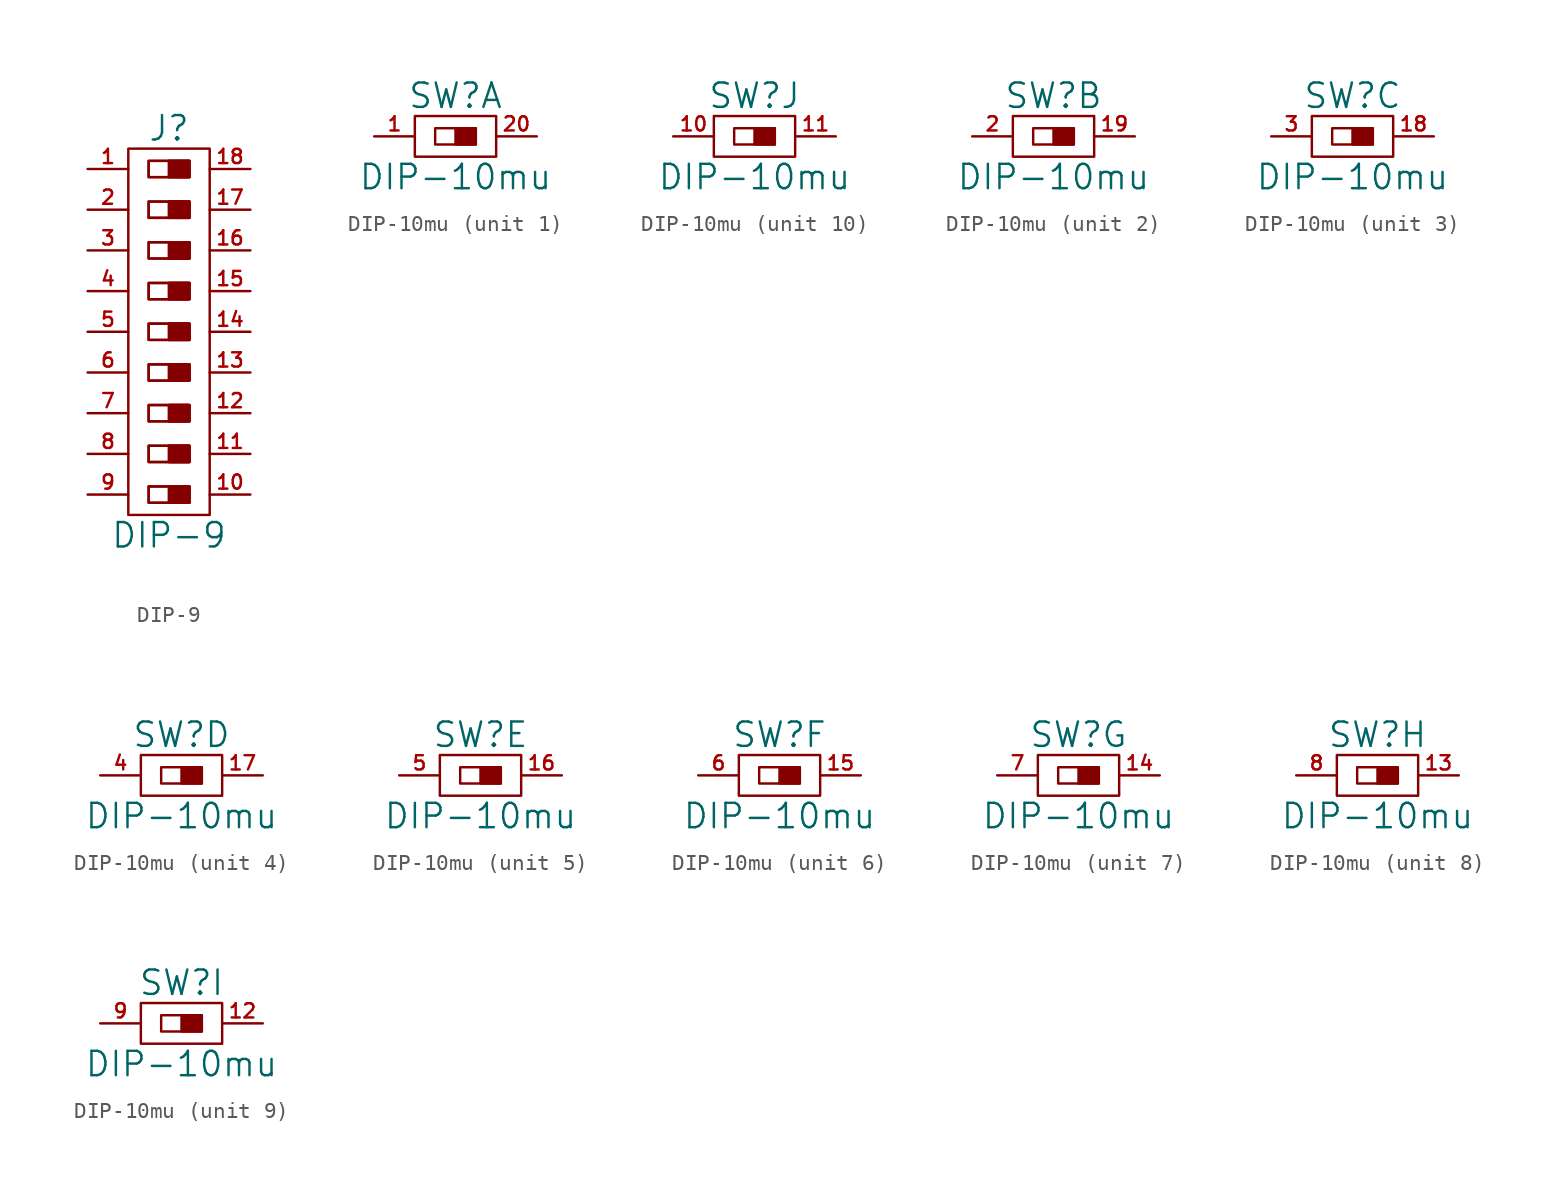
<source format=kicad_sym>
(kicad_symbol_lib
  (version 20220914)
  (generator kicad_symbol_editor)
  (symbol "DIP-9"
    (pin_names
      (offset 0))
    (property "Reference" "J"
      (at 0 12.7 0)
      (effects (font (size 1.524 1.524))))
    (property "Value" "DIP-9"
      (at 0 -12.7 0)
      (effects (font (size 1.524 1.524))))
    (property "Footprint" ""
      (at 0 6.35 0)
      (effects (font (size 1.524 1.524))))
    (property "Datasheet" ""
      (at 0 0 0)
      (effects (font (size 1.524 1.524))))
    (symbol "DIP-9_0_1"
      (rectangle (start -1.27 -9.652) (end 1.27 -10.668) (stroke (width 0) (type solid)) (fill (type none)))
      (rectangle (start -1.27 -9.652) (end 1.27 -10.668) (stroke (width 0) (type solid)) (fill (type none)))
      (rectangle (start -1.27 -7.112) (end 1.27 -8.128) (stroke (width 0) (type solid)) (fill (type none)))
      (rectangle (start -1.27 -7.112) (end 1.27 -8.128) (stroke (width 0) (type solid)) (fill (type none)))
      (rectangle (start -1.27 -4.572) (end 1.27 -5.588) (stroke (width 0) (type solid)) (fill (type none)))
      (rectangle (start -1.27 -4.572) (end 1.27 -5.588) (stroke (width 0) (type solid)) (fill (type none)))
      (rectangle (start -1.27 -2.032) (end 1.27 -3.048) (stroke (width 0) (type solid)) (fill (type none)))
      (rectangle (start -1.27 -2.032) (end 1.27 -3.048) (stroke (width 0) (type solid)) (fill (type none)))
      (rectangle (start -1.27 0.508) (end 1.27 -0.508) (stroke (width 0) (type solid)) (fill (type none)))
      (rectangle (start -1.27 0.508) (end 1.27 -0.508) (stroke (width 0) (type solid)) (fill (type none)))
      (rectangle (start -1.27 3.048) (end 1.27 2.032) (stroke (width 0) (type solid)) (fill (type none)))
      (rectangle (start -1.27 3.048) (end 1.27 2.032) (stroke (width 0) (type solid)) (fill (type none)))
      (rectangle (start -1.27 5.588) (end 1.27 4.572) (stroke (width 0) (type solid)) (fill (type none)))
      (rectangle (start -1.27 5.588) (end 1.27 4.572) (stroke (width 0) (type solid)) (fill (type none)))
      (rectangle (start -1.27 8.128) (end 1.27 7.112) (stroke (width 0) (type solid)) (fill (type none)))
      (rectangle (start -1.27 8.128) (end 1.27 7.112) (stroke (width 0) (type solid)) (fill (type none)))
      (rectangle (start -1.27 10.668) (end 1.27 9.652) (stroke (width 0) (type solid)) (fill (type none)))
      (rectangle (start -1.27 10.668) (end 1.27 9.652) (stroke (width 0) (type solid)) (fill (type none)))
      (rectangle (start 0 -9.652) (end 1.27 -10.668) (stroke (width 0) (type solid)) (fill (type outline)))
      (rectangle (start 0 -9.652) (end 1.27 -10.668) (stroke (width 0) (type solid)) (fill (type outline)))
      (rectangle (start 0 -7.112) (end 1.27 -8.128) (stroke (width 0) (type solid)) (fill (type outline)))
      (rectangle (start 0 -7.112) (end 1.27 -8.128) (stroke (width 0) (type solid)) (fill (type outline)))
      (rectangle (start 0 -4.572) (end 1.27 -5.588) (stroke (width 0) (type solid)) (fill (type outline)))
      (rectangle (start 0 -4.572) (end 1.27 -5.588) (stroke (width 0) (type solid)) (fill (type outline)))
      (rectangle (start 0 -2.032) (end 1.27 -3.048) (stroke (width 0) (type solid)) (fill (type outline)))
      (rectangle (start 0 -2.032) (end 1.27 -3.048) (stroke (width 0) (type solid)) (fill (type outline)))
      (rectangle (start 0 0.508) (end 1.27 -0.508) (stroke (width 0) (type solid)) (fill (type outline)))
      (rectangle (start 0 0.508) (end 1.27 -0.508) (stroke (width 0) (type solid)) (fill (type outline)))
      (rectangle (start 0 3.048) (end 1.27 2.032) (stroke (width 0) (type solid)) (fill (type outline)))
      (rectangle (start 0 3.048) (end 1.27 2.032) (stroke (width 0) (type solid)) (fill (type outline)))
      (rectangle (start 0 5.588) (end 1.27 4.572) (stroke (width 0) (type solid)) (fill (type outline)))
      (rectangle (start 0 5.588) (end 1.27 4.572) (stroke (width 0) (type solid)) (fill (type outline)))
      (rectangle (start 0 8.128) (end 1.27 7.112) (stroke (width 0) (type solid)) (fill (type outline)))
      (rectangle (start 0 8.128) (end 1.27 7.112) (stroke (width 0) (type solid)) (fill (type outline)))
      (rectangle (start 0 10.668) (end 1.27 9.652) (stroke (width 0) (type solid)) (fill (type outline)))
      (rectangle (start 0 10.668) (end 1.27 9.652) (stroke (width 0) (type solid)) (fill (type outline)))
      (rectangle (start 2.54 11.43) (end -2.54 -11.43) (stroke (width 0) (type solid)) (fill (type none))))
    (symbol "DIP-9_1_1"
      (pin passive line (at -5.08 10.16 0) (length 2.54) (name "~" (effects (font (size 1.27 1.27)))) (number "1" (effects (font (size 0.889 0.889)))))
      (pin passive line (at 5.08 -10.16 180) (length 2.54) (name "~" (effects (font (size 1.27 1.27)))) (number "10" (effects (font (size 0.889 0.889)))))
      (pin passive line (at 5.08 -7.62 180) (length 2.54) (name "~" (effects (font (size 1.27 1.27)))) (number "11" (effects (font (size 0.889 0.889)))))
      (pin passive line (at 5.08 -5.08 180) (length 2.54) (name "~" (effects (font (size 1.27 1.27)))) (number "12" (effects (font (size 0.889 0.889)))))
      (pin passive line (at 5.08 -2.54 180) (length 2.54) (name "~" (effects (font (size 1.27 1.27)))) (number "13" (effects (font (size 0.889 0.889)))))
      (pin passive line (at 5.08 0 180) (length 2.54) (name "~" (effects (font (size 1.27 1.27)))) (number "14" (effects (font (size 0.889 0.889)))))
      (pin passive line (at 5.08 2.54 180) (length 2.54) (name "~" (effects (font (size 1.27 1.27)))) (number "15" (effects (font (size 0.889 0.889)))))
      (pin passive line (at 5.08 5.08 180) (length 2.54) (name "~" (effects (font (size 1.27 1.27)))) (number "16" (effects (font (size 0.889 0.889)))))
      (pin passive line (at 5.08 7.62 180) (length 2.54) (name "~" (effects (font (size 1.27 1.27)))) (number "17" (effects (font (size 0.889 0.889)))))
      (pin passive line (at 5.08 10.16 180) (length 2.54) (name "~" (effects (font (size 1.27 1.27)))) (number "18" (effects (font (size 0.889 0.889)))))
      (pin passive line (at -5.08 7.62 0) (length 2.54) (name "~" (effects (font (size 1.27 1.27)))) (number "2" (effects (font (size 0.889 0.889)))))
      (pin passive line (at -5.08 5.08 0) (length 2.54) (name "~" (effects (font (size 1.27 1.27)))) (number "3" (effects (font (size 0.889 0.889)))))
      (pin passive line (at -5.08 2.54 0) (length 2.54) (name "~" (effects (font (size 1.27 1.27)))) (number "4" (effects (font (size 0.889 0.889)))))
      (pin passive line (at -5.08 0 0) (length 2.54) (name "~" (effects (font (size 1.27 1.27)))) (number "5" (effects (font (size 0.889 0.889)))))
      (pin passive line (at -5.08 -2.54 0) (length 2.54) (name "~" (effects (font (size 1.27 1.27)))) (number "6" (effects (font (size 0.889 0.889)))))
      (pin passive line (at -5.08 -5.08 0) (length 2.54) (name "~" (effects (font (size 1.27 1.27)))) (number "7" (effects (font (size 0.889 0.889)))))
      (pin passive line (at -5.08 -7.62 0) (length 2.54) (name "~" (effects (font (size 1.27 1.27)))) (number "8" (effects (font (size 0.889 0.889)))))
      (pin passive line (at -5.08 -10.16 0) (length 2.54) (name "~" (effects (font (size 1.27 1.27)))) (number "9" (effects (font (size 0.889 0.889)))))))
  (symbol "DIP-10mu"
    (pin_names
      (offset 0))
    (property "Reference" "SW"
      (at 0 2.54 0)
      (effects (font (size 1.524 1.524))))
    (property "Value" "DIP-10mu"
      (at 0 -2.54 0)
      (effects (font (size 1.524 1.524))))
    (property "Footprint" ""
      (at 0 -1.27 0)
      (effects (font (size 1.524 1.524))))
    (property "Datasheet" ""
      (at 0 0 0)
      (effects (font (size 1.524 1.524))))
    (property "ki_locked" ""
      (at 0 0 0)
      (effects (font (size 1.27 1.27))))
    (symbol "DIP-10mu_0_1"
      (rectangle (start -1.27 0.508) (end 1.27 -0.508) (stroke (width 0) (type solid)) (fill (type none)))
      (rectangle (start 0 0.508) (end 1.27 -0.508) (stroke (width 0) (type solid)) (fill (type outline)))
      (rectangle (start 2.54 1.27) (end -2.54 -1.27) (stroke (width 0) (type solid)) (fill (type none))))
    (symbol "DIP-10mu_1_1"
      (pin passive line (at -5.08 0 0) (length 2.54) (name "~" (effects (font (size 1.27 1.27)))) (number "1" (effects (font (size 0.889 0.889)))))
      (pin passive line (at 5.08 0 180) (length 2.54) (name "~" (effects (font (size 1.27 1.27)))) (number "20" (effects (font (size 0.889 0.889))))))
    (symbol "DIP-10mu_2_1"
      (pin passive line (at 5.08 0 180) (length 2.54) (name "~" (effects (font (size 1.27 1.27)))) (number "19" (effects (font (size 0.889 0.889)))))
      (pin passive line (at -5.08 0 0) (length 2.54) (name "~" (effects (font (size 1.27 1.27)))) (number "2" (effects (font (size 0.889 0.889))))))
    (symbol "DIP-10mu_3_1"
      (pin passive line (at 5.08 0 180) (length 2.54) (name "~" (effects (font (size 1.27 1.27)))) (number "18" (effects (font (size 0.889 0.889)))))
      (pin passive line (at -5.08 0 0) (length 2.54) (name "~" (effects (font (size 1.27 1.27)))) (number "3" (effects (font (size 0.889 0.889))))))
    (symbol "DIP-10mu_4_1"
      (pin passive line (at 5.08 0 180) (length 2.54) (name "~" (effects (font (size 1.27 1.27)))) (number "17" (effects (font (size 0.889 0.889)))))
      (pin passive line (at -5.08 0 0) (length 2.54) (name "~" (effects (font (size 1.27 1.27)))) (number "4" (effects (font (size 0.889 0.889))))))
    (symbol "DIP-10mu_5_1"
      (pin passive line (at 5.08 0 180) (length 2.54) (name "~" (effects (font (size 1.27 1.27)))) (number "16" (effects (font (size 0.889 0.889)))))
      (pin passive line (at -5.08 0 0) (length 2.54) (name "~" (effects (font (size 1.27 1.27)))) (number "5" (effects (font (size 0.889 0.889))))))
    (symbol "DIP-10mu_6_1"
      (pin passive line (at 5.08 0 180) (length 2.54) (name "~" (effects (font (size 1.27 1.27)))) (number "15" (effects (font (size 0.889 0.889)))))
      (pin passive line (at -5.08 0 0) (length 2.54) (name "~" (effects (font (size 1.27 1.27)))) (number "6" (effects (font (size 0.889 0.889))))))
    (symbol "DIP-10mu_7_1"
      (pin passive line (at 5.08 0 180) (length 2.54) (name "~" (effects (font (size 1.27 1.27)))) (number "14" (effects (font (size 0.889 0.889)))))
      (pin passive line (at -5.08 0 0) (length 2.54) (name "~" (effects (font (size 1.27 1.27)))) (number "7" (effects (font (size 0.889 0.889))))))
    (symbol "DIP-10mu_8_1"
      (pin passive line (at 5.08 0 180) (length 2.54) (name "~" (effects (font (size 1.27 1.27)))) (number "13" (effects (font (size 0.889 0.889)))))
      (pin passive line (at -5.08 0 0) (length 2.54) (name "~" (effects (font (size 1.27 1.27)))) (number "8" (effects (font (size 0.889 0.889))))))
    (symbol "DIP-10mu_9_1"
      (pin passive line (at 5.08 0 180) (length 2.54) (name "~" (effects (font (size 1.27 1.27)))) (number "12" (effects (font (size 0.889 0.889)))))
      (pin passive line (at -5.08 0 0) (length 2.54) (name "~" (effects (font (size 1.27 1.27)))) (number "9" (effects (font (size 0.889 0.889))))))
    (symbol "DIP-10mu_10_1"
      (pin passive line (at -5.08 0 0) (length 2.54) (name "~" (effects (font (size 1.27 1.27)))) (number "10" (effects (font (size 0.889 0.889)))))
      (pin passive line (at 5.08 0 180) (length 2.54) (name "~" (effects (font (size 1.27 1.27)))) (number "11" (effects (font (size 0.889 0.889))))))))
</source>
